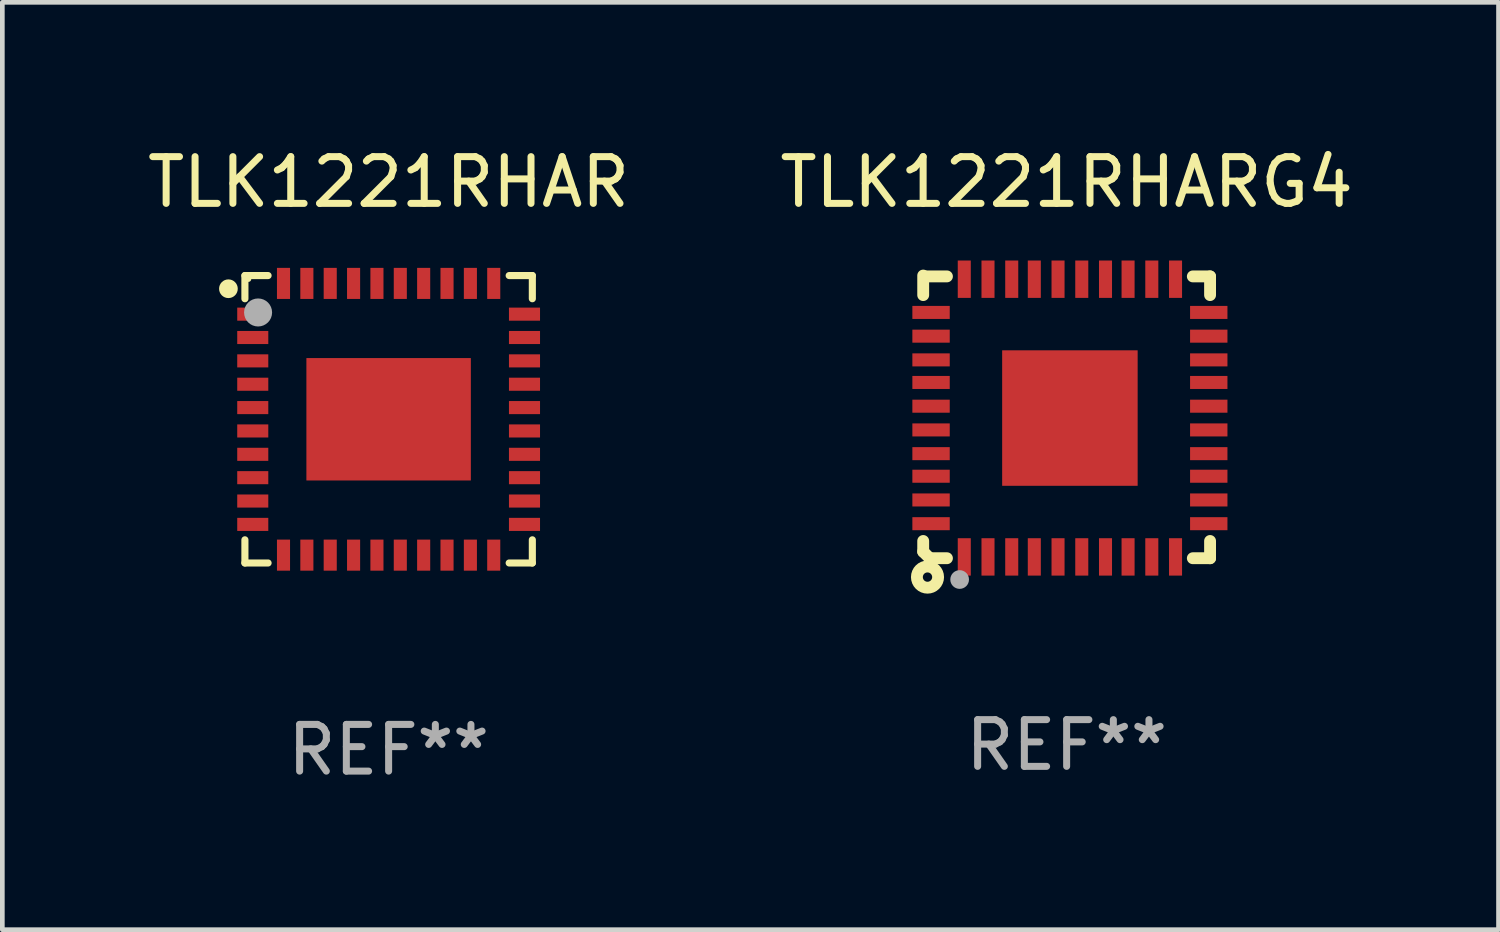
<source format=kicad_pcb>
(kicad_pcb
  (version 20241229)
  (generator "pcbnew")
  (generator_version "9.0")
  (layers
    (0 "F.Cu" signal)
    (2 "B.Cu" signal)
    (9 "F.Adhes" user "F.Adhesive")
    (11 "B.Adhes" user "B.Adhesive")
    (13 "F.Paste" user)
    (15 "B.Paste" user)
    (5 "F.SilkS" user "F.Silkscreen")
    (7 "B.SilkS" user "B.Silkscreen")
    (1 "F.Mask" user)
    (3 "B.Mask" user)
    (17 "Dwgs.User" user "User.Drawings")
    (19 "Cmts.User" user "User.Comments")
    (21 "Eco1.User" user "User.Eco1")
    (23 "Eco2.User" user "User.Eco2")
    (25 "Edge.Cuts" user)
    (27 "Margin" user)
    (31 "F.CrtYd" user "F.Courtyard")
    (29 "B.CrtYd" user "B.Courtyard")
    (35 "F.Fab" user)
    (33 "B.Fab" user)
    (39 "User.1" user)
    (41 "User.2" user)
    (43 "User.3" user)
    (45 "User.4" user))
  (footprint "TLK1221RHARG4"
    (layer "F.Cu")
    (at 19.78 5.873)
    (property "Reference" "TLK1221RHARG4" (at 0 -5.025 0) (layer "F.SilkS") (effects (font (size 1 1) (thickness 0.15))))
    (attr through_hole)
    (fp_line (start -3.07 -3.025) (end -3.07 -2.607) (stroke (width 0.254) (type solid)) (layer "F.SilkS"))
    (fp_line (start -3.07 2.656) (end -3.07 2.885) (stroke (width 0.254) (type solid)) (layer "F.SilkS"))
    (fp_line (start -3.07 2.885) (end -2.93 3.025) (stroke (width 0.254) (type solid)) (layer "F.SilkS"))
    (fp_line (start -3.005 -3.007) (end -2.562 -3.007) (stroke (width 0.254) (type solid)) (layer "F.SilkS"))
    (fp_line (start -2.93 3.025) (end -2.562 3.025) (stroke (width 0.254) (type solid)) (layer "F.SilkS"))
    (fp_line (start 2.701 -3.007) (end 3.07 -3.007) (stroke (width 0.254) (type solid)) (layer "F.SilkS"))
    (fp_line (start 2.701 3.025) (end 3.07 3.025) (stroke (width 0.254) (type solid)) (layer "F.SilkS"))
    (fp_line (start 3.07 -2.607) (end 3.07 -3.007) (stroke (width 0.254) (type solid)) (layer "F.SilkS"))
    (fp_line (start 3.07 3.025) (end 3.07 2.656) (stroke (width 0.254) (type solid)) (layer "F.SilkS"))
    (fp_circle (center -2.978 3.429) (end -2.878 3.429) (stroke (width 0.254) (type solid)) (fill no) (layer "F.SilkS"))
    (fp_circle (center -2.93 3.025) (end -2.9 3.025) (stroke (width 0.06) (type solid)) (fill no) (layer "F.SilkS"))
    (fp_circle (center -2.29 3.481) (end -2.19 3.481) (stroke (width 0.2) (type solid)) (fill no) (layer "F.Fab"))
    (fp_text user "REF**" (at 0 7.025 0) (layer "F.Fab") (effects (font (size 1 1) (thickness 0.15))))
    (pad "1" smd rect (at -2.191 2.997 90) (size 0.8 0.279) (layers "F.Cu" "F.Mask" "F.Paste"))
    (pad "2" smd rect (at -1.683 2.997 90) (size 0.8 0.279) (layers "F.Cu" "F.Mask" "F.Paste"))
    (pad "3" smd rect (at -1.175 2.997 90) (size 0.8 0.279) (layers "F.Cu" "F.Mask" "F.Paste"))
    (pad "4" smd rect (at -0.692 2.997 90) (size 0.8 0.279) (layers "F.Cu" "F.Mask" "F.Paste"))
    (pad "5" smd rect (at -0.184 2.997 90) (size 0.8 0.279) (layers "F.Cu" "F.Mask" "F.Paste"))
    (pad "6" smd rect (at 0.324 2.997 90) (size 0.8 0.279) (layers "F.Cu" "F.Mask" "F.Paste"))
    (pad "7" smd rect (at 0.832 2.997 90) (size 0.8 0.279) (layers "F.Cu" "F.Mask" "F.Paste"))
    (pad "8" smd rect (at 1.315 2.997 90) (size 0.8 0.279) (layers "F.Cu" "F.Mask" "F.Paste"))
    (pad "9" smd rect (at 1.823 2.997 90) (size 0.8 0.279) (layers "F.Cu" "F.Mask" "F.Paste"))
    (pad "10" smd rect (at 2.331 2.997 90) (size 0.8 0.279) (layers "F.Cu" "F.Mask" "F.Paste"))
    (pad "11" smd rect (at 3.042 2.286 180) (size 0.8 0.279) (layers "F.Cu" "F.Mask" "F.Paste"))
    (pad "12" smd rect (at 3.042 1.778 180) (size 0.8 0.279) (layers "F.Cu" "F.Mask" "F.Paste"))
    (pad "13" smd rect (at 3.042 1.27 180) (size 0.8 0.279) (layers "F.Cu" "F.Mask" "F.Paste"))
    (pad "14" smd rect (at 3.042 0.787 180) (size 0.8 0.279) (layers "F.Cu" "F.Mask" "F.Paste"))
    (pad "15" smd rect (at 3.042 0.279 180) (size 0.8 0.279) (layers "F.Cu" "F.Mask" "F.Paste"))
    (pad "16" smd rect (at 3.042 -0.229 180) (size 0.8 0.279) (layers "F.Cu" "F.Mask" "F.Paste"))
    (pad "17" smd rect (at 3.042 -0.737 180) (size 0.8 0.279) (layers "F.Cu" "F.Mask" "F.Paste"))
    (pad "18" smd rect (at 3.042 -1.22 180) (size 0.8 0.279) (layers "F.Cu" "F.Mask" "F.Paste"))
    (pad "19" smd rect (at 3.042 -1.728 180) (size 0.8 0.279) (layers "F.Cu" "F.Mask" "F.Paste"))
    (pad "20" smd rect (at 3.042 -2.236 180) (size 0.8 0.279) (layers "F.Cu" "F.Mask" "F.Paste"))
    (pad "21" smd rect (at 2.331 -2.947 270) (size 0.8 0.279) (layers "F.Cu" "F.Mask" "F.Paste"))
    (pad "22" smd rect (at 1.823 -2.947 270) (size 0.8 0.279) (layers "F.Cu" "F.Mask" "F.Paste"))
    (pad "23" smd rect (at 1.315 -2.947 270) (size 0.8 0.279) (layers "F.Cu" "F.Mask" "F.Paste"))
    (pad "24" smd rect (at 0.832 -2.947 270) (size 0.8 0.279) (layers "F.Cu" "F.Mask" "F.Paste"))
    (pad "25" smd rect (at 0.324 -2.947 270) (size 0.8 0.279) (layers "F.Cu" "F.Mask" "F.Paste"))
    (pad "26" smd rect (at -0.184 -2.947 270) (size 0.8 0.279) (layers "F.Cu" "F.Mask" "F.Paste"))
    (pad "27" smd rect (at -0.692 -2.947 270) (size 0.8 0.279) (layers "F.Cu" "F.Mask" "F.Paste"))
    (pad "28" smd rect (at -1.175 -2.947 270) (size 0.8 0.279) (layers "F.Cu" "F.Mask" "F.Paste"))
    (pad "29" smd rect (at -1.683 -2.947 270) (size 0.8 0.279) (layers "F.Cu" "F.Mask" "F.Paste"))
    (pad "30" smd rect (at -2.191 -2.947 270) (size 0.8 0.279) (layers "F.Cu" "F.Mask" "F.Paste"))
    (pad "31" smd rect (at -2.902 -2.236) (size 0.8 0.279) (layers "F.Cu" "F.Mask" "F.Paste"))
    (pad "32" smd rect (at -2.902 -1.728) (size 0.8 0.279) (layers "F.Cu" "F.Mask" "F.Paste"))
    (pad "33" smd rect (at -2.902 -1.22) (size 0.8 0.279) (layers "F.Cu" "F.Mask" "F.Paste"))
    (pad "34" smd rect (at -2.902 -0.737) (size 0.8 0.279) (layers "F.Cu" "F.Mask" "F.Paste"))
    (pad "35" smd rect (at -2.902 -0.229) (size 0.8 0.279) (layers "F.Cu" "F.Mask" "F.Paste"))
    (pad "36" smd rect (at -2.902 0.279) (size 0.8 0.279) (layers "F.Cu" "F.Mask" "F.Paste"))
    (pad "37" smd rect (at -2.902 0.787) (size 0.8 0.279) (layers "F.Cu" "F.Mask" "F.Paste"))
    (pad "38" smd rect (at -2.902 1.27) (size 0.8 0.279) (layers "F.Cu" "F.Mask" "F.Paste"))
    (pad "39" smd rect (at -2.902 1.778) (size 0.8 0.279) (layers "F.Cu" "F.Mask" "F.Paste"))
    (pad "40" smd rect (at -2.902 2.286) (size 0.8 0.279) (layers "F.Cu" "F.Mask" "F.Paste"))
    (pad "41" smd rect (at 0.07 0.025 90) (size 2.9 2.9) (layers "F.Cu" "F.Mask" "F.Paste")))
  (footprint "TLK1221RHAR"
    (layer "F.Cu")
    (at 5.268 5.924)
    (property "Reference" "TLK1221RHAR" (at 0 -5.076 0) (layer "F.SilkS") (effects (font (size 1 1) (thickness 0.15))))
    (attr through_hole)
    (fp_line (start -3.076 -3.076) (end -3.076 -2.58) (stroke (width 0.152) (type solid)) (layer "F.SilkS"))
    (fp_line (start -3.076 3.076) (end -3.076 2.58) (stroke (width 0.152) (type solid)) (layer "F.SilkS"))
    (fp_line (start -2.58 -3.076) (end -3.076 -3.076) (stroke (width 0.152) (type solid)) (layer "F.SilkS"))
    (fp_line (start -2.58 3.076) (end -3.076 3.076) (stroke (width 0.152) (type solid)) (layer "F.SilkS"))
    (fp_line (start 2.58 -3.076) (end 3.076 -3.076) (stroke (width 0.152) (type solid)) (layer "F.SilkS"))
    (fp_line (start 2.58 3.076) (end 3.076 3.076) (stroke (width 0.152) (type solid)) (layer "F.SilkS"))
    (fp_line (start 3.076 -3.076) (end 3.076 -2.58) (stroke (width 0.152) (type solid)) (layer "F.SilkS"))
    (fp_line (start 3.076 3.076) (end 3.076 2.58) (stroke (width 0.152) (type solid)) (layer "F.SilkS"))
    (fp_circle (center -3.429 -2.794) (end -3.329 -2.794) (stroke (width 0.2) (type solid)) (fill no) (layer "F.SilkS"))
    (fp_circle (center -3 -3) (end -2.97 -3) (stroke (width 0.06) (type solid)) (fill no) (layer "F.SilkS"))
    (fp_circle (center -2.794 -2.286) (end -2.644 -2.286) (stroke (width 0.3) (type solid)) (fill no) (layer "F.Fab"))
    (fp_text user "REF**" (at 0 7.076 0) (layer "F.Fab") (effects (font (size 1 1) (thickness 0.15))))
    (pad "1" smd rect (at -2.908 -2.25) (size 0.665 0.28) (layers "F.Cu" "F.Mask" "F.Paste"))
    (pad "2" smd rect (at -2.908 -1.75) (size 0.665 0.28) (layers "F.Cu" "F.Mask" "F.Paste"))
    (pad "3" smd rect (at -2.908 -1.25) (size 0.665 0.28) (layers "F.Cu" "F.Mask" "F.Paste"))
    (pad "4" smd rect (at -2.908 -0.75) (size 0.665 0.28) (layers "F.Cu" "F.Mask" "F.Paste"))
    (pad "5" smd rect (at -2.908 -0.25) (size 0.665 0.28) (layers "F.Cu" "F.Mask" "F.Paste"))
    (pad "6" smd rect (at -2.908 0.25) (size 0.665 0.28) (layers "F.Cu" "F.Mask" "F.Paste"))
    (pad "7" smd rect (at -2.908 0.75) (size 0.665 0.28) (layers "F.Cu" "F.Mask" "F.Paste"))
    (pad "8" smd rect (at -2.908 1.25) (size 0.665 0.28) (layers "F.Cu" "F.Mask" "F.Paste"))
    (pad "9" smd rect (at -2.908 1.75) (size 0.665 0.28) (layers "F.Cu" "F.Mask" "F.Paste"))
    (pad "10" smd rect (at -2.908 2.25) (size 0.665 0.28) (layers "F.Cu" "F.Mask" "F.Paste"))
    (pad "11" smd rect (at -2.25 2.908) (size 0.28 0.665) (layers "F.Cu" "F.Mask" "F.Paste"))
    (pad "12" smd rect (at -1.75 2.908) (size 0.28 0.665) (layers "F.Cu" "F.Mask" "F.Paste"))
    (pad "13" smd rect (at -1.25 2.908) (size 0.28 0.665) (layers "F.Cu" "F.Mask" "F.Paste"))
    (pad "14" smd rect (at -0.75 2.908) (size 0.28 0.665) (layers "F.Cu" "F.Mask" "F.Paste"))
    (pad "15" smd rect (at -0.25 2.908) (size 0.28 0.665) (layers "F.Cu" "F.Mask" "F.Paste"))
    (pad "16" smd rect (at 0.25 2.908) (size 0.28 0.665) (layers "F.Cu" "F.Mask" "F.Paste"))
    (pad "17" smd rect (at 0.75 2.908) (size 0.28 0.665) (layers "F.Cu" "F.Mask" "F.Paste"))
    (pad "18" smd rect (at 1.25 2.908) (size 0.28 0.665) (layers "F.Cu" "F.Mask" "F.Paste"))
    (pad "19" smd rect (at 1.75 2.908) (size 0.28 0.665) (layers "F.Cu" "F.Mask" "F.Paste"))
    (pad "20" smd rect (at 2.25 2.908) (size 0.28 0.665) (layers "F.Cu" "F.Mask" "F.Paste"))
    (pad "21" smd rect (at 2.908 2.25) (size 0.665 0.28) (layers "F.Cu" "F.Mask" "F.Paste"))
    (pad "22" smd rect (at 2.908 1.75) (size 0.665 0.28) (layers "F.Cu" "F.Mask" "F.Paste"))
    (pad "23" smd rect (at 2.908 1.25) (size 0.665 0.28) (layers "F.Cu" "F.Mask" "F.Paste"))
    (pad "24" smd rect (at 2.908 0.75) (size 0.665 0.28) (layers "F.Cu" "F.Mask" "F.Paste"))
    (pad "25" smd rect (at 2.908 0.25) (size 0.665 0.28) (layers "F.Cu" "F.Mask" "F.Paste"))
    (pad "26" smd rect (at 2.908 -0.25) (size 0.665 0.28) (layers "F.Cu" "F.Mask" "F.Paste"))
    (pad "27" smd rect (at 2.908 -0.75) (size 0.665 0.28) (layers "F.Cu" "F.Mask" "F.Paste"))
    (pad "28" smd rect (at 2.908 -1.25) (size 0.665 0.28) (layers "F.Cu" "F.Mask" "F.Paste"))
    (pad "29" smd rect (at 2.908 -1.75) (size 0.665 0.28) (layers "F.Cu" "F.Mask" "F.Paste"))
    (pad "30" smd rect (at 2.908 -2.25) (size 0.665 0.28) (layers "F.Cu" "F.Mask" "F.Paste"))
    (pad "31" smd rect (at 2.25 -2.908) (size 0.28 0.665) (layers "F.Cu" "F.Mask" "F.Paste"))
    (pad "32" smd rect (at 1.75 -2.908) (size 0.28 0.665) (layers "F.Cu" "F.Mask" "F.Paste"))
    (pad "33" smd rect (at 1.25 -2.908) (size 0.28 0.665) (layers "F.Cu" "F.Mask" "F.Paste"))
    (pad "34" smd rect (at 0.75 -2.908) (size 0.28 0.665) (layers "F.Cu" "F.Mask" "F.Paste"))
    (pad "35" smd rect (at 0.25 -2.908) (size 0.28 0.665) (layers "F.Cu" "F.Mask" "F.Paste"))
    (pad "36" smd rect (at -0.25 -2.908) (size 0.28 0.665) (layers "F.Cu" "F.Mask" "F.Paste"))
    (pad "37" smd rect (at -0.75 -2.908) (size 0.28 0.665) (layers "F.Cu" "F.Mask" "F.Paste"))
    (pad "38" smd rect (at -1.25 -2.908) (size 0.28 0.665) (layers "F.Cu" "F.Mask" "F.Paste"))
    (pad "39" smd rect (at -1.75 -2.908) (size 0.28 0.665) (layers "F.Cu" "F.Mask" "F.Paste"))
    (pad "40" smd rect (at -2.25 -2.908) (size 0.28 0.665) (layers "F.Cu" "F.Mask" "F.Paste"))
    (pad "41" smd rect (at 0 0) (size 3.52 2.62) (layers "F.Cu" "F.Mask" "F.Paste")))
  (gr_rect
    (start -3 -3)
    (end 29.024 16.849)
    (stroke (width 0.1) (type default))
    (fill no)
    (layer "Edge.Cuts")))
</source>
